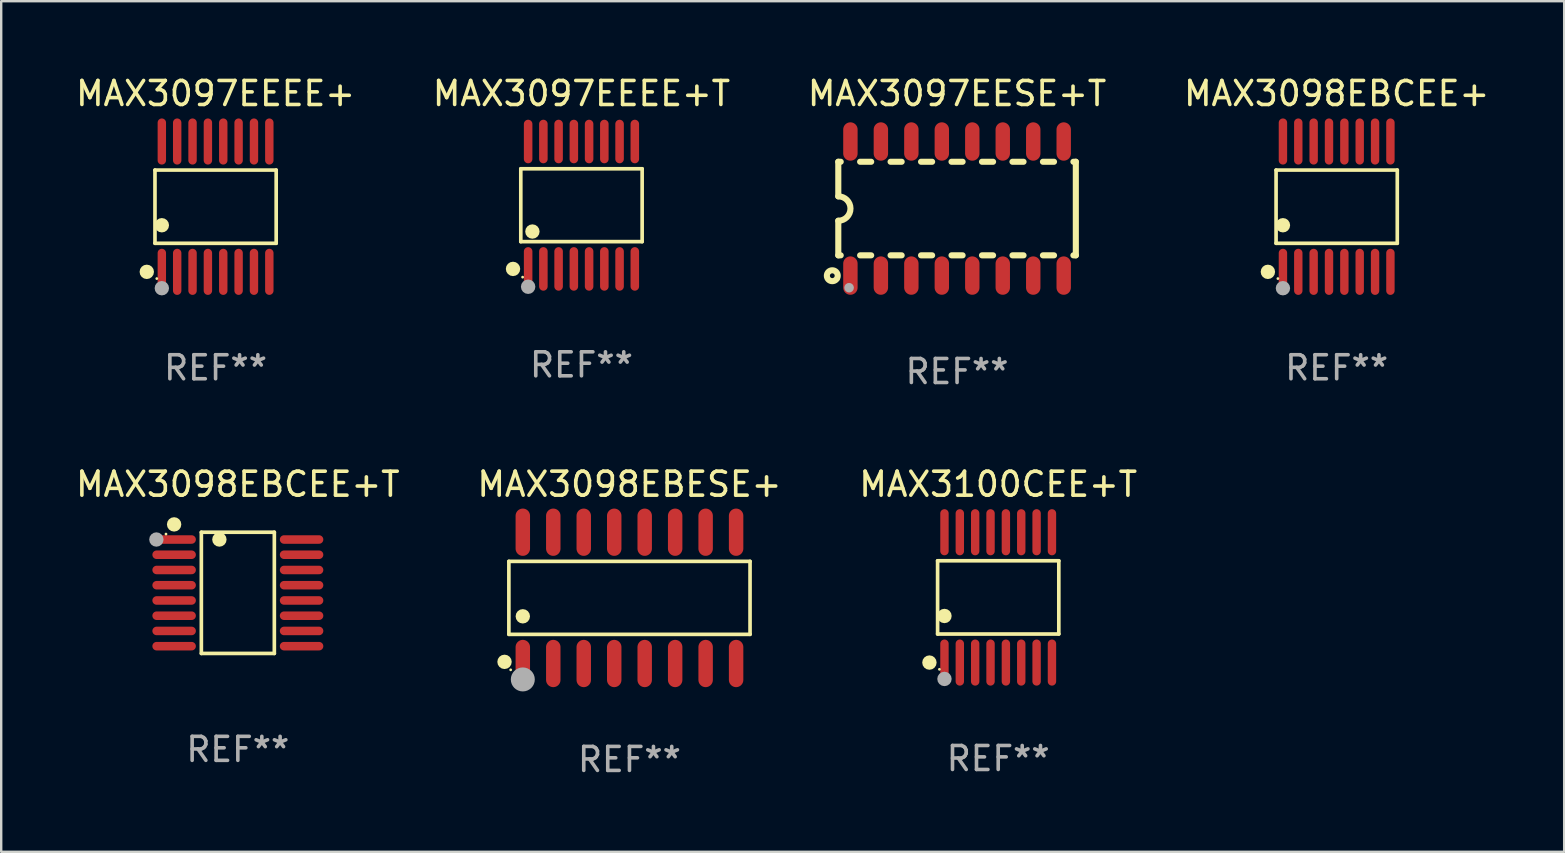
<source format=kicad_pcb>
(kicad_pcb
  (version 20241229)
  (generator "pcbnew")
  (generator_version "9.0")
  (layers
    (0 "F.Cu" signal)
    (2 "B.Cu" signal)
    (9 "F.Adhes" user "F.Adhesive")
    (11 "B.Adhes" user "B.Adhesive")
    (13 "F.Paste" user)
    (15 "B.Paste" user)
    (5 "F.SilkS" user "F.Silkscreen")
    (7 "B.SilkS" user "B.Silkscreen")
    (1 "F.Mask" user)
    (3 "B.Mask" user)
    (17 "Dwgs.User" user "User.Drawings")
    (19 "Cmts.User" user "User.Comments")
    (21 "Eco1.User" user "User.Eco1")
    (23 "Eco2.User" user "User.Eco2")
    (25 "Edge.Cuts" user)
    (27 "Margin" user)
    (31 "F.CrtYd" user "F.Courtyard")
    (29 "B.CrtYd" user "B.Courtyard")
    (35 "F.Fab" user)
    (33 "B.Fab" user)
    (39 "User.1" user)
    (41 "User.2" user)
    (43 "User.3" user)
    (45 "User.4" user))
  (footprint "MAX3100CEE+T"
    (layer "F.Cu")
    (at 38.554 21.849)
    (property "Reference" "MAX3100CEE+T" (at 0 -4.716 0) (layer "F.SilkS") (effects (font (size 1 1) (thickness 0.15))))
    (attr through_hole)
    (fp_line (start -2.526 -1.526) (end 2.526 -1.526) (stroke (width 0.152) (type solid)) (layer "F.SilkS"))
    (fp_line (start -2.526 1.526) (end -2.526 -1.526) (stroke (width 0.152) (type solid)) (layer "F.SilkS"))
    (fp_line (start 2.526 -1.526) (end 2.526 1.526) (stroke (width 0.152) (type solid)) (layer "F.SilkS"))
    (fp_line (start 2.526 1.526) (end -2.526 1.526) (stroke (width 0.152) (type solid)) (layer "F.SilkS"))
    (fp_circle (center -2.867 2.716) (end -2.717 2.716) (stroke (width 0.3) (type solid)) (fill no) (layer "F.SilkS"))
    (fp_circle (center -2.45 2.997) (end -2.42 2.997) (stroke (width 0.06) (type solid)) (fill no) (layer "F.SilkS"))
    (fp_circle (center -2.24 0.774) (end -2.09 0.774) (stroke (width 0.3) (type solid)) (fill no) (layer "F.SilkS"))
    (fp_circle (center -2.24 3.398) (end -2.09 3.398) (stroke (width 0.3) (type solid)) (fill no) (layer "F.Fab"))
    (fp_text user "REF**" (at 0 6.716 0) (layer "F.Fab") (effects (font (size 1 1) (thickness 0.15))))
    (pad "1" smd oval (at -2.24 2.716) (size 0.35 1.922) (layers "F.Cu" "F.Mask" "F.Paste"))
    (pad "2" smd oval (at -1.6 2.716) (size 0.35 1.922) (layers "F.Cu" "F.Mask" "F.Paste"))
    (pad "3" smd oval (at -0.96 2.716) (size 0.35 1.922) (layers "F.Cu" "F.Mask" "F.Paste"))
    (pad "4" smd oval (at -0.32 2.716) (size 0.35 1.922) (layers "F.Cu" "F.Mask" "F.Paste"))
    (pad "5" smd oval (at 0.32 2.716) (size 0.35 1.922) (layers "F.Cu" "F.Mask" "F.Paste"))
    (pad "6" smd oval (at 0.96 2.716) (size 0.35 1.922) (layers "F.Cu" "F.Mask" "F.Paste"))
    (pad "7" smd oval (at 1.6 2.716) (size 0.35 1.922) (layers "F.Cu" "F.Mask" "F.Paste"))
    (pad "8" smd oval (at 2.24 2.716) (size 0.35 1.922) (layers "F.Cu" "F.Mask" "F.Paste"))
    (pad "9" smd oval (at 2.24 -2.716) (size 0.35 1.922) (layers "F.Cu" "F.Mask" "F.Paste"))
    (pad "10" smd oval (at 1.6 -2.716) (size 0.35 1.922) (layers "F.Cu" "F.Mask" "F.Paste"))
    (pad "11" smd oval (at 0.96 -2.716) (size 0.35 1.922) (layers "F.Cu" "F.Mask" "F.Paste"))
    (pad "12" smd oval (at 0.32 -2.716) (size 0.35 1.922) (layers "F.Cu" "F.Mask" "F.Paste"))
    (pad "13" smd oval (at -0.32 -2.716) (size 0.35 1.922) (layers "F.Cu" "F.Mask" "F.Paste"))
    (pad "14" smd oval (at -0.96 -2.716) (size 0.35 1.922) (layers "F.Cu" "F.Mask" "F.Paste"))
    (pad "15" smd oval (at -1.6 -2.716) (size 0.35 1.922) (layers "F.Cu" "F.Mask" "F.Paste"))
    (pad "16" smd oval (at -2.24 -2.716) (size 0.35 1.922) (layers "F.Cu" "F.Mask" "F.Paste")))
  (footprint "MAX3097EEEE+T"
    (layer "F.Cu")
    (at 21.185 5.503)
    (property "Reference" "MAX3097EEEE+T" (at 0 -4.655 0) (layer "F.SilkS") (effects (font (size 1 1) (thickness 0.15))))
    (attr through_hole)
    (fp_line (start -2.529 -1.519) (end 2.529 -1.519) (stroke (width 0.152) (type solid)) (layer "F.SilkS"))
    (fp_line (start -2.529 1.519) (end -2.529 -1.519) (stroke (width 0.152) (type solid)) (layer "F.SilkS"))
    (fp_line (start 2.529 -1.519) (end 2.529 1.519) (stroke (width 0.152) (type solid)) (layer "F.SilkS"))
    (fp_line (start 2.529 1.519) (end -2.529 1.519) (stroke (width 0.152) (type solid)) (layer "F.SilkS"))
    (fp_circle (center -2.853 2.655) (end -2.703 2.655) (stroke (width 0.3) (type solid)) (fill no) (layer "F.SilkS"))
    (fp_circle (center -2.453 2.998) (end -2.423 2.998) (stroke (width 0.06) (type solid)) (fill no) (layer "F.SilkS"))
    (fp_circle (center -2.045 1.097) (end -1.895 1.097) (stroke (width 0.3) (type solid)) (fill no) (layer "F.SilkS"))
    (fp_circle (center -2.223 3.398) (end -2.072 3.398) (stroke (width 0.3) (type solid)) (fill no) (layer "F.Fab"))
    (fp_text user "REF**" (at 0 6.655 0) (layer "F.Fab") (effects (font (size 1 1) (thickness 0.15))))
    (pad "1" smd oval (at -2.223 2.655) (size 0.356 1.815) (layers "F.Cu" "F.Mask" "F.Paste"))
    (pad "2" smd oval (at -1.588 2.655) (size 0.356 1.815) (layers "F.Cu" "F.Mask" "F.Paste"))
    (pad "3" smd oval (at -0.953 2.655) (size 0.356 1.815) (layers "F.Cu" "F.Mask" "F.Paste"))
    (pad "4" smd oval (at -0.318 2.655) (size 0.356 1.815) (layers "F.Cu" "F.Mask" "F.Paste"))
    (pad "5" smd oval (at 0.318 2.655) (size 0.356 1.815) (layers "F.Cu" "F.Mask" "F.Paste"))
    (pad "6" smd oval (at 0.953 2.655) (size 0.356 1.815) (layers "F.Cu" "F.Mask" "F.Paste"))
    (pad "7" smd oval (at 1.588 2.655) (size 0.356 1.815) (layers "F.Cu" "F.Mask" "F.Paste"))
    (pad "8" smd oval (at 2.223 2.655) (size 0.356 1.815) (layers "F.Cu" "F.Mask" "F.Paste"))
    (pad "9" smd oval (at 2.223 -2.655) (size 0.356 1.815) (layers "F.Cu" "F.Mask" "F.Paste"))
    (pad "10" smd oval (at 1.588 -2.655) (size 0.356 1.815) (layers "F.Cu" "F.Mask" "F.Paste"))
    (pad "11" smd oval (at 0.953 -2.655) (size 0.356 1.815) (layers "F.Cu" "F.Mask" "F.Paste"))
    (pad "12" smd oval (at 0.318 -2.655) (size 0.356 1.815) (layers "F.Cu" "F.Mask" "F.Paste"))
    (pad "13" smd oval (at -0.318 -2.655) (size 0.356 1.815) (layers "F.Cu" "F.Mask" "F.Paste"))
    (pad "14" smd oval (at -0.953 -2.655) (size 0.356 1.815) (layers "F.Cu" "F.Mask" "F.Paste"))
    (pad "15" smd oval (at -1.588 -2.655) (size 0.356 1.815) (layers "F.Cu" "F.Mask" "F.Paste"))
    (pad "16" smd oval (at -2.223 -2.655) (size 0.356 1.815) (layers "F.Cu" "F.Mask" "F.Paste")))
  (footprint "MAX3098EBESE+"
    (layer "F.Cu")
    (at 23.185 21.868)
    (property "Reference" "MAX3098EBESE+" (at 0 -4.736 0) (layer "F.SilkS") (effects (font (size 1 1) (thickness 0.15))))
    (attr through_hole)
    (fp_line (start -5.026 -1.521) (end 5.026 -1.521) (stroke (width 0.152) (type solid)) (layer "F.SilkS"))
    (fp_line (start -5.026 1.521) (end -5.026 -1.521) (stroke (width 0.152) (type solid)) (layer "F.SilkS"))
    (fp_line (start 5.026 -1.521) (end 5.026 1.521) (stroke (width 0.152) (type solid)) (layer "F.SilkS"))
    (fp_line (start 5.026 1.521) (end -5.026 1.521) (stroke (width 0.152) (type solid)) (layer "F.SilkS"))
    (fp_circle (center -5.207 2.667) (end -5.057 2.667) (stroke (width 0.3) (type solid)) (fill no) (layer "F.SilkS"))
    (fp_circle (center -4.95 3) (end -4.92 3) (stroke (width 0.06) (type solid)) (fill no) (layer "F.SilkS"))
    (fp_circle (center -4.445 0.769) (end -4.295 0.769) (stroke (width 0.3) (type solid)) (fill no) (layer "F.SilkS"))
    (fp_circle (center -4.445 3.4) (end -4.195 3.4) (stroke (width 0.5) (type solid)) (fill no) (layer "F.Fab"))
    (fp_text user "REF**" (at 0 6.736 0) (layer "F.Fab") (effects (font (size 1 1) (thickness 0.15))))
    (pad "1" smd oval (at -4.445 2.736) (size 0.602 1.971) (layers "F.Cu" "F.Mask" "F.Paste"))
    (pad "2" smd oval (at -3.175 2.736) (size 0.602 1.971) (layers "F.Cu" "F.Mask" "F.Paste"))
    (pad "3" smd oval (at -1.905 2.736) (size 0.602 1.971) (layers "F.Cu" "F.Mask" "F.Paste"))
    (pad "4" smd oval (at -0.635 2.736) (size 0.602 1.971) (layers "F.Cu" "F.Mask" "F.Paste"))
    (pad "5" smd oval (at 0.635 2.736) (size 0.602 1.971) (layers "F.Cu" "F.Mask" "F.Paste"))
    (pad "6" smd oval (at 1.905 2.736) (size 0.602 1.971) (layers "F.Cu" "F.Mask" "F.Paste"))
    (pad "7" smd oval (at 3.175 2.736) (size 0.602 1.971) (layers "F.Cu" "F.Mask" "F.Paste"))
    (pad "8" smd oval (at 4.445 2.736) (size 0.602 1.971) (layers "F.Cu" "F.Mask" "F.Paste"))
    (pad "9" smd oval (at 4.445 -2.736) (size 0.602 1.971) (layers "F.Cu" "F.Mask" "F.Paste"))
    (pad "10" smd oval (at 3.175 -2.736) (size 0.602 1.971) (layers "F.Cu" "F.Mask" "F.Paste"))
    (pad "11" smd oval (at 1.905 -2.736) (size 0.602 1.971) (layers "F.Cu" "F.Mask" "F.Paste"))
    (pad "12" smd oval (at 0.635 -2.736) (size 0.602 1.971) (layers "F.Cu" "F.Mask" "F.Paste"))
    (pad "13" smd oval (at -0.635 -2.736) (size 0.602 1.971) (layers "F.Cu" "F.Mask" "F.Paste"))
    (pad "14" smd oval (at -1.905 -2.736) (size 0.602 1.971) (layers "F.Cu" "F.Mask" "F.Paste"))
    (pad "15" smd oval (at -3.175 -2.736) (size 0.602 1.971) (layers "F.Cu" "F.Mask" "F.Paste"))
    (pad "16" smd oval (at -4.445 -2.736) (size 0.602 1.971) (layers "F.Cu" "F.Mask" "F.Paste")))
  (footprint "MAX3098EBCEE+"
    (layer "F.Cu")
    (at 52.661 5.564)
    (property "Reference" "MAX3098EBCEE+" (at 0 -4.716 0) (layer "F.SilkS") (effects (font (size 1 1) (thickness 0.15))))
    (attr through_hole)
    (fp_line (start -2.526 -1.526) (end 2.526 -1.526) (stroke (width 0.152) (type solid)) (layer "F.SilkS"))
    (fp_line (start -2.526 1.526) (end -2.526 -1.526) (stroke (width 0.152) (type solid)) (layer "F.SilkS"))
    (fp_line (start 2.526 -1.526) (end 2.526 1.526) (stroke (width 0.152) (type solid)) (layer "F.SilkS"))
    (fp_line (start 2.526 1.526) (end -2.526 1.526) (stroke (width 0.152) (type solid)) (layer "F.SilkS"))
    (fp_circle (center -2.867 2.716) (end -2.717 2.716) (stroke (width 0.3) (type solid)) (fill no) (layer "F.SilkS"))
    (fp_circle (center -2.45 2.997) (end -2.42 2.997) (stroke (width 0.06) (type solid)) (fill no) (layer "F.SilkS"))
    (fp_circle (center -2.24 0.774) (end -2.09 0.774) (stroke (width 0.3) (type solid)) (fill no) (layer "F.SilkS"))
    (fp_circle (center -2.24 3.398) (end -2.09 3.398) (stroke (width 0.3) (type solid)) (fill no) (layer "F.Fab"))
    (fp_text user "REF**" (at 0 6.716 0) (layer "F.Fab") (effects (font (size 1 1) (thickness 0.15))))
    (pad "1" smd oval (at -2.24 2.716) (size 0.35 1.922) (layers "F.Cu" "F.Mask" "F.Paste"))
    (pad "2" smd oval (at -1.6 2.716) (size 0.35 1.922) (layers "F.Cu" "F.Mask" "F.Paste"))
    (pad "3" smd oval (at -0.96 2.716) (size 0.35 1.922) (layers "F.Cu" "F.Mask" "F.Paste"))
    (pad "4" smd oval (at -0.32 2.716) (size 0.35 1.922) (layers "F.Cu" "F.Mask" "F.Paste"))
    (pad "5" smd oval (at 0.32 2.716) (size 0.35 1.922) (layers "F.Cu" "F.Mask" "F.Paste"))
    (pad "6" smd oval (at 0.96 2.716) (size 0.35 1.922) (layers "F.Cu" "F.Mask" "F.Paste"))
    (pad "7" smd oval (at 1.6 2.716) (size 0.35 1.922) (layers "F.Cu" "F.Mask" "F.Paste"))
    (pad "8" smd oval (at 2.24 2.716) (size 0.35 1.922) (layers "F.Cu" "F.Mask" "F.Paste"))
    (pad "9" smd oval (at 2.24 -2.716) (size 0.35 1.922) (layers "F.Cu" "F.Mask" "F.Paste"))
    (pad "10" smd oval (at 1.6 -2.716) (size 0.35 1.922) (layers "F.Cu" "F.Mask" "F.Paste"))
    (pad "11" smd oval (at 0.96 -2.716) (size 0.35 1.922) (layers "F.Cu" "F.Mask" "F.Paste"))
    (pad "12" smd oval (at 0.32 -2.716) (size 0.35 1.922) (layers "F.Cu" "F.Mask" "F.Paste"))
    (pad "13" smd oval (at -0.32 -2.716) (size 0.35 1.922) (layers "F.Cu" "F.Mask" "F.Paste"))
    (pad "14" smd oval (at -0.96 -2.716) (size 0.35 1.922) (layers "F.Cu" "F.Mask" "F.Paste"))
    (pad "15" smd oval (at -1.6 -2.716) (size 0.35 1.922) (layers "F.Cu" "F.Mask" "F.Paste"))
    (pad "16" smd oval (at -2.24 -2.716) (size 0.35 1.922) (layers "F.Cu" "F.Mask" "F.Paste")))
  (footprint "MAX3097EESE+T"
    (layer "F.Cu")
    (at 36.839 5.642)
    (property "Reference" "MAX3097EESE+T" (at 0 -4.794 0) (layer "F.SilkS") (effects (font (size 1 1) (thickness 0.15))))
    (attr through_hole)
    (fp_line (start -4.95 -1.95) (end -4.95 -0.508) (stroke (width 0.254) (type solid)) (layer "F.SilkS"))
    (fp_line (start -4.95 -1.95) (end -4.849 -1.95) (stroke (width 0.254) (type solid)) (layer "F.SilkS"))
    (fp_line (start -4.95 1.95) (end -4.95 0.508) (stroke (width 0.254) (type solid)) (layer "F.SilkS"))
    (fp_line (start -4.95 1.95) (end -4.849 1.95) (stroke (width 0.254) (type solid)) (layer "F.SilkS"))
    (fp_line (start -4.041 -1.95) (end -3.579 -1.95) (stroke (width 0.254) (type solid)) (layer "F.SilkS"))
    (fp_line (start -4.041 1.95) (end -3.579 1.95) (stroke (width 0.254) (type solid)) (layer "F.SilkS"))
    (fp_line (start -2.771 -1.95) (end -2.309 -1.95) (stroke (width 0.254) (type solid)) (layer "F.SilkS"))
    (fp_line (start -2.771 1.95) (end -2.309 1.95) (stroke (width 0.254) (type solid)) (layer "F.SilkS"))
    (fp_line (start -1.501 -1.95) (end -1.039 -1.95) (stroke (width 0.254) (type solid)) (layer "F.SilkS"))
    (fp_line (start -1.501 1.95) (end -1.039 1.95) (stroke (width 0.254) (type solid)) (layer "F.SilkS"))
    (fp_line (start -0.231 -1.95) (end 0.231 -1.95) (stroke (width 0.254) (type solid)) (layer "F.SilkS"))
    (fp_line (start -0.231 1.95) (end 0.231 1.95) (stroke (width 0.254) (type solid)) (layer "F.SilkS"))
    (fp_line (start 1.039 -1.95) (end 1.501 -1.95) (stroke (width 0.254) (type solid)) (layer "F.SilkS"))
    (fp_line (start 1.039 1.95) (end 1.501 1.95) (stroke (width 0.254) (type solid)) (layer "F.SilkS"))
    (fp_line (start 2.309 -1.95) (end 2.771 -1.95) (stroke (width 0.254) (type solid)) (layer "F.SilkS"))
    (fp_line (start 2.309 1.95) (end 2.771 1.95) (stroke (width 0.254) (type solid)) (layer "F.SilkS"))
    (fp_line (start 3.579 -1.95) (end 4.041 -1.95) (stroke (width 0.254) (type solid)) (layer "F.SilkS"))
    (fp_line (start 3.579 1.95) (end 4.041 1.95) (stroke (width 0.254) (type solid)) (layer "F.SilkS"))
    (fp_line (start 4.849 -1.95) (end 4.95 -1.95) (stroke (width 0.254) (type solid)) (layer "F.SilkS"))
    (fp_line (start 4.849 1.95) (end 4.95 1.95) (stroke (width 0.254) (type solid)) (layer "F.SilkS"))
    (fp_line (start 4.95 -1.95) (end 4.95 1.95) (stroke (width 0.254) (type solid)) (layer "F.SilkS"))
    (fp_arc (start -4.95047 -0.508001) (mid -4.442469 -0.000228) (end -4.950013 0.508001) (stroke (width 0.254001) (type solid)) (layer "F.SilkS"))
    (fp_circle (center -5.2 2.8) (end -5.1 2.8) (stroke (width 0.254) (type solid)) (fill no) (layer "F.SilkS"))
    (fp_circle (center -4.95 2.947) (end -4.92 2.947) (stroke (width 0.06) (type solid)) (fill no) (layer "F.SilkS"))
    (fp_circle (center -4.5 3.3) (end -4.4 3.3) (stroke (width 0.2) (type solid)) (fill no) (layer "F.Fab"))
    (fp_text user "REF**" (at 0 6.794 0) (layer "F.Fab") (effects (font (size 1 1) (thickness 0.15))))
    (pad "1" smd oval (at -4.445 2.794) (size 0.6 1.6) (layers "F.Cu" "F.Mask" "F.Paste"))
    (pad "2" smd oval (at -3.175 2.794) (size 0.6 1.6) (layers "F.Cu" "F.Mask" "F.Paste"))
    (pad "3" smd oval (at -1.905 2.794) (size 0.6 1.6) (layers "F.Cu" "F.Mask" "F.Paste"))
    (pad "4" smd oval (at -0.635 2.794) (size 0.6 1.6) (layers "F.Cu" "F.Mask" "F.Paste"))
    (pad "5" smd oval (at 0.635 2.794) (size 0.6 1.6) (layers "F.Cu" "F.Mask" "F.Paste"))
    (pad "6" smd oval (at 1.905 2.794) (size 0.6 1.6) (layers "F.Cu" "F.Mask" "F.Paste"))
    (pad "7" smd oval (at 3.175 2.794) (size 0.6 1.6) (layers "F.Cu" "F.Mask" "F.Paste"))
    (pad "8" smd oval (at 4.445 2.794) (size 0.6 1.6) (layers "F.Cu" "F.Mask" "F.Paste"))
    (pad "9" smd oval (at 4.445 -2.794) (size 0.6 1.6) (layers "F.Cu" "F.Mask" "F.Paste"))
    (pad "10" smd oval (at 3.175 -2.794) (size 0.6 1.6) (layers "F.Cu" "F.Mask" "F.Paste"))
    (pad "11" smd oval (at 1.905 -2.794) (size 0.6 1.6) (layers "F.Cu" "F.Mask" "F.Paste"))
    (pad "12" smd oval (at 0.635 -2.794) (size 0.6 1.6) (layers "F.Cu" "F.Mask" "F.Paste"))
    (pad "13" smd oval (at -0.635 -2.794) (size 0.6 1.6) (layers "F.Cu" "F.Mask" "F.Paste"))
    (pad "14" smd oval (at -1.905 -2.794) (size 0.6 1.6) (layers "F.Cu" "F.Mask" "F.Paste"))
    (pad "15" smd oval (at -3.175 -2.794) (size 0.6 1.6) (layers "F.Cu" "F.Mask" "F.Paste"))
    (pad "16" smd oval (at -4.445 -2.794) (size 0.6 1.6) (layers "F.Cu" "F.Mask" "F.Paste")))
  (footprint "MAX3097EEEE+"
    (layer "F.Cu")
    (at 5.935 5.564)
    (property "Reference" "MAX3097EEEE+" (at 0 -4.716 0) (layer "F.SilkS") (effects (font (size 1 1) (thickness 0.15))))
    (attr through_hole)
    (fp_line (start -2.526 -1.526) (end 2.526 -1.526) (stroke (width 0.152) (type solid)) (layer "F.SilkS"))
    (fp_line (start -2.526 1.526) (end -2.526 -1.526) (stroke (width 0.152) (type solid)) (layer "F.SilkS"))
    (fp_line (start 2.526 -1.526) (end 2.526 1.526) (stroke (width 0.152) (type solid)) (layer "F.SilkS"))
    (fp_line (start 2.526 1.526) (end -2.526 1.526) (stroke (width 0.152) (type solid)) (layer "F.SilkS"))
    (fp_circle (center -2.867 2.716) (end -2.717 2.716) (stroke (width 0.3) (type solid)) (fill no) (layer "F.SilkS"))
    (fp_circle (center -2.45 2.997) (end -2.42 2.997) (stroke (width 0.06) (type solid)) (fill no) (layer "F.SilkS"))
    (fp_circle (center -2.24 0.774) (end -2.09 0.774) (stroke (width 0.3) (type solid)) (fill no) (layer "F.SilkS"))
    (fp_circle (center -2.24 3.398) (end -2.09 3.398) (stroke (width 0.3) (type solid)) (fill no) (layer "F.Fab"))
    (fp_text user "REF**" (at 0 6.716 0) (layer "F.Fab") (effects (font (size 1 1) (thickness 0.15))))
    (pad "1" smd oval (at -2.24 2.716) (size 0.35 1.922) (layers "F.Cu" "F.Mask" "F.Paste"))
    (pad "2" smd oval (at -1.6 2.716) (size 0.35 1.922) (layers "F.Cu" "F.Mask" "F.Paste"))
    (pad "3" smd oval (at -0.96 2.716) (size 0.35 1.922) (layers "F.Cu" "F.Mask" "F.Paste"))
    (pad "4" smd oval (at -0.32 2.716) (size 0.35 1.922) (layers "F.Cu" "F.Mask" "F.Paste"))
    (pad "5" smd oval (at 0.32 2.716) (size 0.35 1.922) (layers "F.Cu" "F.Mask" "F.Paste"))
    (pad "6" smd oval (at 0.96 2.716) (size 0.35 1.922) (layers "F.Cu" "F.Mask" "F.Paste"))
    (pad "7" smd oval (at 1.6 2.716) (size 0.35 1.922) (layers "F.Cu" "F.Mask" "F.Paste"))
    (pad "8" smd oval (at 2.24 2.716) (size 0.35 1.922) (layers "F.Cu" "F.Mask" "F.Paste"))
    (pad "9" smd oval (at 2.24 -2.716) (size 0.35 1.922) (layers "F.Cu" "F.Mask" "F.Paste"))
    (pad "10" smd oval (at 1.6 -2.716) (size 0.35 1.922) (layers "F.Cu" "F.Mask" "F.Paste"))
    (pad "11" smd oval (at 0.96 -2.716) (size 0.35 1.922) (layers "F.Cu" "F.Mask" "F.Paste"))
    (pad "12" smd oval (at 0.32 -2.716) (size 0.35 1.922) (layers "F.Cu" "F.Mask" "F.Paste"))
    (pad "13" smd oval (at -0.32 -2.716) (size 0.35 1.922) (layers "F.Cu" "F.Mask" "F.Paste"))
    (pad "14" smd oval (at -0.96 -2.716) (size 0.35 1.922) (layers "F.Cu" "F.Mask" "F.Paste"))
    (pad "15" smd oval (at -1.6 -2.716) (size 0.35 1.922) (layers "F.Cu" "F.Mask" "F.Paste"))
    (pad "16" smd oval (at -2.24 -2.716) (size 0.35 1.922) (layers "F.Cu" "F.Mask" "F.Paste")))
  (footprint "MAX3098EBCEE+T"
    (layer "F.Cu")
    (at 6.863 21.659)
    (property "Reference" "MAX3098EBCEE+T" (at 0 -4.526 0) (layer "F.SilkS") (effects (font (size 1 1) (thickness 0.15))))
    (attr through_hole)
    (fp_line (start -1.521 -2.526) (end 1.521 -2.526) (stroke (width 0.152) (type solid)) (layer "F.SilkS"))
    (fp_line (start -1.521 2.526) (end -1.521 -2.526) (stroke (width 0.152) (type solid)) (layer "F.SilkS"))
    (fp_line (start 1.521 -2.526) (end 1.521 2.526) (stroke (width 0.152) (type solid)) (layer "F.SilkS"))
    (fp_line (start 1.521 2.526) (end -1.521 2.526) (stroke (width 0.152) (type solid)) (layer "F.SilkS"))
    (fp_circle (center -2.995 -2.45) (end -2.965 -2.45) (stroke (width 0.06) (type solid)) (fill no) (layer "F.SilkS"))
    (fp_circle (center -2.656 -2.853) (end -2.506 -2.853) (stroke (width 0.3) (type solid)) (fill no) (layer "F.SilkS"))
    (fp_circle (center -0.769 -2.223) (end -0.619 -2.223) (stroke (width 0.3) (type solid)) (fill no) (layer "F.SilkS"))
    (fp_circle (center -3.395 -2.223) (end -3.245 -2.223) (stroke (width 0.3) (type solid)) (fill no) (layer "F.Fab"))
    (fp_text user "REF**" (at 0 6.526 0) (layer "F.Fab") (effects (font (size 1 1) (thickness 0.15))))
    (pad "1" smd oval (at -2.656 -2.223 270) (size 0.356 1.813) (layers "F.Cu" "F.Mask" "F.Paste"))
    (pad "2" smd oval (at -2.656 -1.588 270) (size 0.356 1.813) (layers "F.Cu" "F.Mask" "F.Paste"))
    (pad "3" smd oval (at -2.656 -0.953 270) (size 0.356 1.813) (layers "F.Cu" "F.Mask" "F.Paste"))
    (pad "4" smd oval (at -2.656 -0.318 270) (size 0.356 1.813) (layers "F.Cu" "F.Mask" "F.Paste"))
    (pad "5" smd oval (at -2.656 0.318 270) (size 0.356 1.813) (layers "F.Cu" "F.Mask" "F.Paste"))
    (pad "6" smd oval (at -2.656 0.953 270) (size 0.356 1.813) (layers "F.Cu" "F.Mask" "F.Paste"))
    (pad "7" smd oval (at -2.656 1.588 270) (size 0.356 1.813) (layers "F.Cu" "F.Mask" "F.Paste"))
    (pad "8" smd oval (at -2.656 2.223 270) (size 0.356 1.813) (layers "F.Cu" "F.Mask" "F.Paste"))
    (pad "9" smd oval (at 2.656 2.223 270) (size 0.356 1.813) (layers "F.Cu" "F.Mask" "F.Paste"))
    (pad "10" smd oval (at 2.656 1.588 270) (size 0.356 1.813) (layers "F.Cu" "F.Mask" "F.Paste"))
    (pad "11" smd oval (at 2.656 0.953 270) (size 0.356 1.813) (layers "F.Cu" "F.Mask" "F.Paste"))
    (pad "12" smd oval (at 2.656 0.318 270) (size 0.356 1.813) (layers "F.Cu" "F.Mask" "F.Paste"))
    (pad "13" smd oval (at 2.656 -0.318 270) (size 0.356 1.813) (layers "F.Cu" "F.Mask" "F.Paste"))
    (pad "14" smd oval (at 2.656 -0.953 270) (size 0.356 1.813) (layers "F.Cu" "F.Mask" "F.Paste"))
    (pad "15" smd oval (at 2.656 -1.588 270) (size 0.356 1.813) (layers "F.Cu" "F.Mask" "F.Paste"))
    (pad "16" smd oval (at 2.656 -2.223 270) (size 0.356 1.813) (layers "F.Cu" "F.Mask" "F.Paste")))
  (gr_rect
    (start -3 -3)
    (end 62.143 32.452)
    (stroke (width 0.1) (type default))
    (fill no)
    (layer "Edge.Cuts")))
</source>
